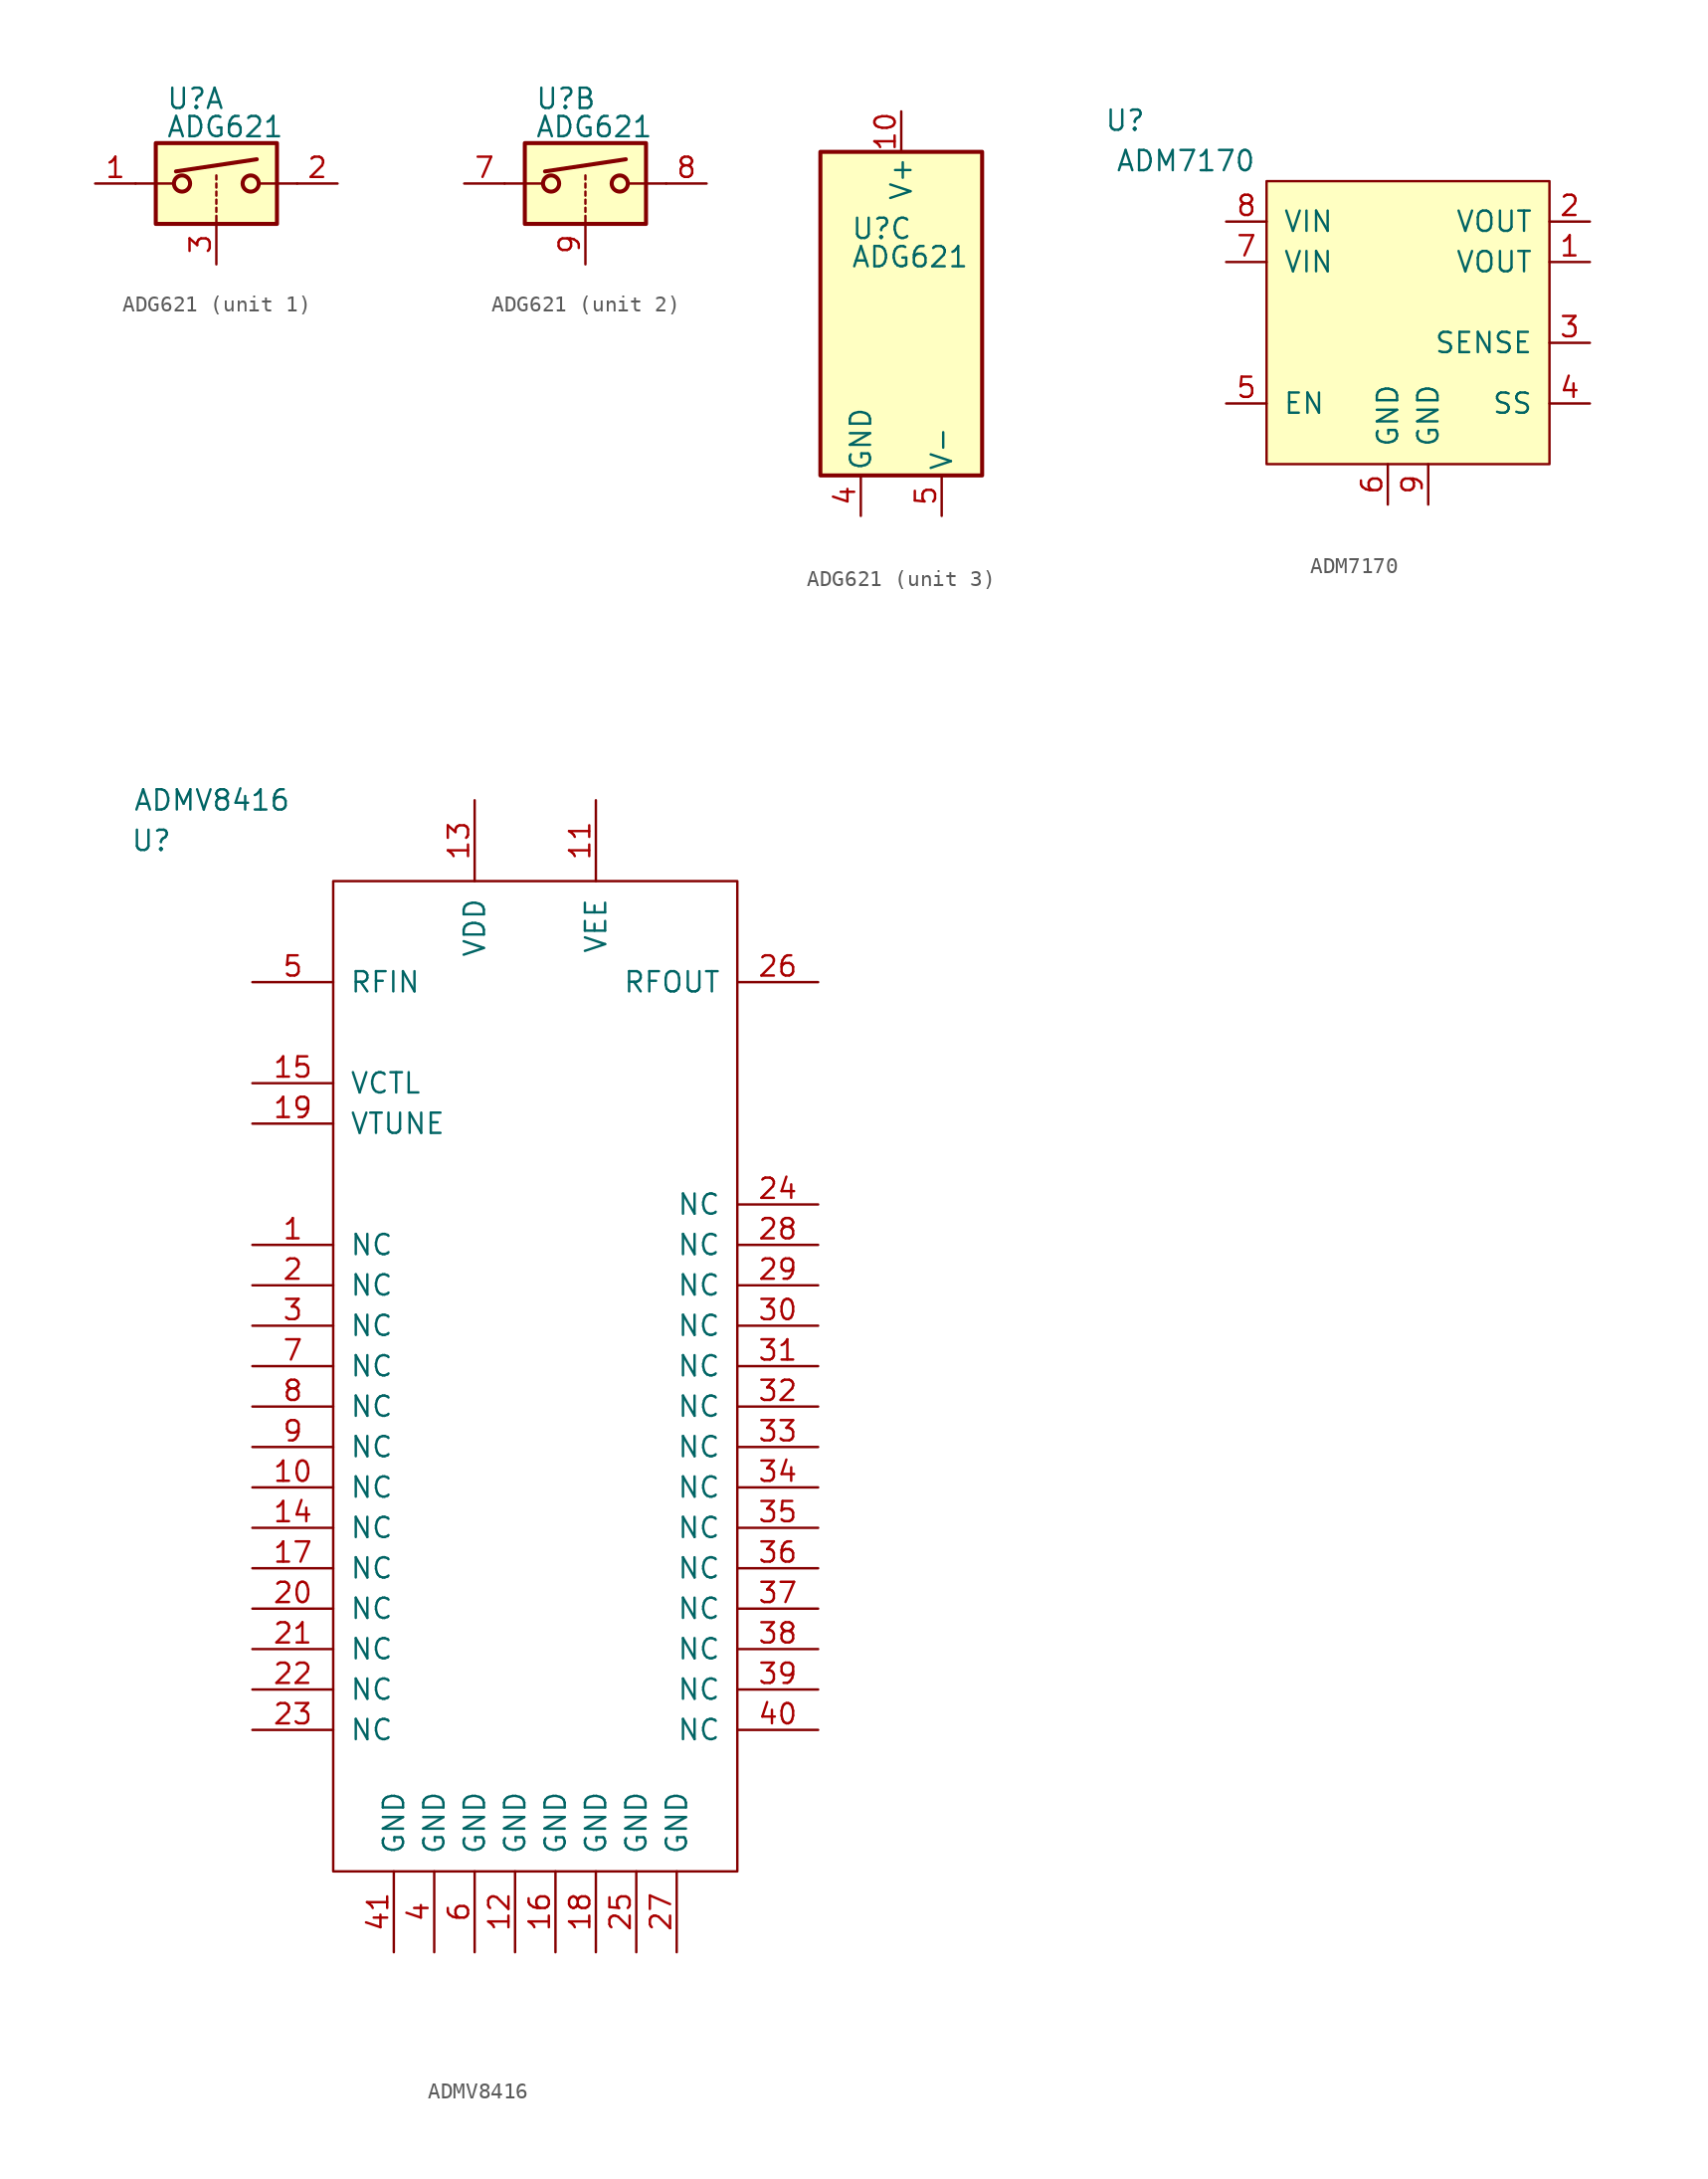
<source format=kicad_sym>
(kicad_symbol_lib
  (version 20201005)
  (generator kicad_symbol_editor)
  (symbol "vna_mm:ADG621"
    (pin_names
      (offset 0.254))
    (property "Reference" "U"
      (at -3.175 5.334 0)
      (effects (font (size 1.27 1.27)) (justify left)))
    (property "Value" "ADG621"
      (at -3.175 3.556 0)
      (effects (font (size 1.27 1.27)) (justify left)))
    (symbol "ADG621_1_1"
      (circle (center -2.159 0) (radius 0.508) (stroke (width 0.254)) (fill (type none)))
      (circle (center 2.159 0) (radius 0.508) (stroke (width 0.254)) (fill (type none)))
      (rectangle (start -3.81 2.54) (end 3.81 -2.54) (stroke (width 0.254)) (fill (type background)))
      (polyline (pts (xy -5.08 0) (xy -2.794 0)) (stroke (width 0)) (fill (type none)))
      (polyline (pts (xy -2.54 0.762) (xy 2.54 1.524)) (stroke (width 0.254)) (fill (type none)))
      (polyline (pts (xy 0 -2.54) (xy 0 -2.032)) (stroke (width 0)) (fill (type none)))
      (polyline (pts (xy 0 -1.778) (xy 0 -1.524)) (stroke (width 0)) (fill (type none)))
      (polyline (pts (xy 0 -1.27) (xy 0 -1.016)) (stroke (width 0)) (fill (type none)))
      (polyline (pts (xy 0 -0.762) (xy 0 -0.508)) (stroke (width 0)) (fill (type none)))
      (polyline (pts (xy 0 -0.254) (xy 0 0)) (stroke (width 0)) (fill (type none)))
      (polyline (pts (xy 0 0.254) (xy 0 0.508)) (stroke (width 0)) (fill (type none)))
      (polyline (pts (xy 5.08 0) (xy 2.794 0)) (stroke (width 0)) (fill (type none)))
      (pin passive line (at -7.62 0 0) (length 2.54) (name "~" (effects (font (size 1.27 1.27)))) (number "1" (effects (font (size 1.27 1.27)))))
      (pin passive line (at 7.62 0 180) (length 2.54) (name "~" (effects (font (size 1.27 1.27)))) (number "2" (effects (font (size 1.27 1.27)))))
      (pin input line (at 0 -5.08 90) (length 2.54) (name "~" (effects (font (size 1.27 1.27)))) (number "3" (effects (font (size 1.27 1.27))))))
    (symbol "ADG621_2_1"
      (circle (center -2.159 0) (radius 0.508) (stroke (width 0.254)) (fill (type none)))
      (circle (center 2.159 0) (radius 0.508) (stroke (width 0.254)) (fill (type none)))
      (rectangle (start -3.81 2.54) (end 3.81 -2.54) (stroke (width 0.254)) (fill (type background)))
      (polyline (pts (xy -5.08 0) (xy -2.794 0)) (stroke (width 0)) (fill (type none)))
      (polyline (pts (xy -2.54 0.762) (xy 2.54 1.524)) (stroke (width 0.254)) (fill (type none)))
      (polyline (pts (xy 0 -2.54) (xy 0 -2.032)) (stroke (width 0)) (fill (type none)))
      (polyline (pts (xy 0 -1.778) (xy 0 -1.524)) (stroke (width 0)) (fill (type none)))
      (polyline (pts (xy 0 -1.27) (xy 0 -1.016)) (stroke (width 0)) (fill (type none)))
      (polyline (pts (xy 0 -0.762) (xy 0 -0.508)) (stroke (width 0)) (fill (type none)))
      (polyline (pts (xy 0 -0.254) (xy 0 0)) (stroke (width 0)) (fill (type none)))
      (polyline (pts (xy 0 0.254) (xy 0 0.508)) (stroke (width 0)) (fill (type none)))
      (polyline (pts (xy 5.08 0) (xy 2.794 0)) (stroke (width 0)) (fill (type none)))
      (pin passive line (at -7.62 0 0) (length 2.54) (name "~" (effects (font (size 1.27 1.27)))) (number "7" (effects (font (size 1.27 1.27)))))
      (pin passive line (at 7.62 0 180) (length 2.54) (name "~" (effects (font (size 1.27 1.27)))) (number "8" (effects (font (size 1.27 1.27)))))
      (pin input line (at 0 -5.08 90) (length 2.54) (name "~" (effects (font (size 1.27 1.27)))) (number "9" (effects (font (size 1.27 1.27))))))
    (symbol "ADG621_3_0"
      (pin power_in line (at 0 12.7 270) (length 2.54) (name "V+" (effects (font (size 1.27 1.27)))) (number "10" (effects (font (size 1.27 1.27)))))
      (pin power_in line (at 2.54 -12.7 90) (length 2.54) (name "V-" (effects (font (size 1.27 1.27)))) (number "5" (effects (font (size 1.27 1.27))))))
    (symbol "ADG621_3_1"
      (rectangle (start -5.08 10.16) (end 5.08 -10.16) (stroke (width 0.254)) (fill (type background)))
      (pin power_in line (at -2.54 -12.7 90) (length 2.54) (name "GND" (effects (font (size 1.27 1.27)))) (number "4" (effects (font (size 1.27 1.27)))))
      (pin unconnected line (at 3.81 -12.7 90) (length 2.54) hide (name "NIC" (effects (font (size 1.27 1.27)))) (number "6" (effects (font (size 1.27 1.27)))))))
  (symbol "vna_mm:ADM7170"
    (pin_names
      (offset 1.016))
    (property "Reference" "U"
      (at -17.78 10.16 0)
      (effects (font (size 1.27 1.27))))
    (property "Value" "ADM7170"
      (at -13.97 7.62 0)
      (effects (font (size 1.27 1.27))))
    (symbol "ADM7170_0_1"
      (rectangle (start -8.89 6.35) (end 8.89 -11.43) (stroke (width 0)) (fill (type background))))
    (symbol "ADM7170_1_1"
      (pin power_out line (at 11.43 1.27 180) (length 2.54) (name "VOUT" (effects (font (size 1.27 1.27)))) (number "1" (effects (font (size 1.27 1.27)))))
      (pin power_out line (at 11.43 3.81 180) (length 2.54) (name "VOUT" (effects (font (size 1.27 1.27)))) (number "2" (effects (font (size 1.27 1.27)))))
      (pin passive line (at 11.43 -3.81 180) (length 2.54) (name "SENSE" (effects (font (size 1.27 1.27)))) (number "3" (effects (font (size 1.27 1.27)))))
      (pin passive line (at 11.43 -7.62 180) (length 2.54) (name "SS" (effects (font (size 1.27 1.27)))) (number "4" (effects (font (size 1.27 1.27)))))
      (pin input line (at -11.43 -7.62 0) (length 2.54) (name "EN" (effects (font (size 1.27 1.27)))) (number "5" (effects (font (size 1.27 1.27)))))
      (pin power_in line (at -1.27 -13.97 90) (length 2.54) (name "GND" (effects (font (size 1.27 1.27)))) (number "6" (effects (font (size 1.27 1.27)))))
      (pin power_in line (at -11.43 1.27 0) (length 2.54) (name "VIN" (effects (font (size 1.27 1.27)))) (number "7" (effects (font (size 1.27 1.27)))))
      (pin power_in line (at -11.43 3.81 0) (length 2.54) (name "VIN" (effects (font (size 1.27 1.27)))) (number "8" (effects (font (size 1.27 1.27)))))
      (pin power_in line (at 1.27 -13.97 90) (length 2.54) (name "GND" (effects (font (size 1.27 1.27)))) (number "9" (effects (font (size 1.27 1.27)))))))
  (symbol "vna_mm:ADMV8416"
    (pin_names
      (offset 1.016))
    (property "Reference" "U"
      (at -24.13 31.75 0)
      (effects (font (size 1.27 1.27))))
    (property "Value" "ADMV8416"
      (at -20.32 34.29 0)
      (effects (font (size 1.27 1.27))))
    (symbol "ADMV8416_0_1"
      (rectangle (start -12.7 29.21) (end 12.7 -33.02) (stroke (width 0)) (fill (type none))))
    (symbol "ADMV8416_1_1"
      (pin power_in line (at -17.78 6.35 0) (length 5.08) (name "NC" (effects (font (size 1.27 1.27)))) (number "1" (effects (font (size 1.27 1.27)))))
      (pin power_in line (at -17.78 -8.89 0) (length 5.08) (name "NC" (effects (font (size 1.27 1.27)))) (number "10" (effects (font (size 1.27 1.27)))))
      (pin power_in line (at 3.81 34.29 270) (length 5.08) (name "VEE" (effects (font (size 1.27 1.27)))) (number "11" (effects (font (size 1.27 1.27)))))
      (pin power_in line (at -1.27 -38.1 90) (length 5.08) (name "GND" (effects (font (size 1.27 1.27)))) (number "12" (effects (font (size 1.27 1.27)))))
      (pin power_in line (at -3.81 34.29 270) (length 5.08) (name "VDD" (effects (font (size 1.27 1.27)))) (number "13" (effects (font (size 1.27 1.27)))))
      (pin power_in line (at -17.78 -11.43 0) (length 5.08) (name "NC" (effects (font (size 1.27 1.27)))) (number "14" (effects (font (size 1.27 1.27)))))
      (pin input line (at -17.78 16.51 0) (length 5.08) (name "VCTL" (effects (font (size 1.27 1.27)))) (number "15" (effects (font (size 1.27 1.27)))))
      (pin power_in line (at 1.27 -38.1 90) (length 5.08) (name "GND" (effects (font (size 1.27 1.27)))) (number "16" (effects (font (size 1.27 1.27)))))
      (pin power_in line (at -17.78 -13.97 0) (length 5.08) (name "NC" (effects (font (size 1.27 1.27)))) (number "17" (effects (font (size 1.27 1.27)))))
      (pin power_in line (at 3.81 -38.1 90) (length 5.08) (name "GND" (effects (font (size 1.27 1.27)))) (number "18" (effects (font (size 1.27 1.27)))))
      (pin input line (at -17.78 13.97 0) (length 5.08) (name "VTUNE" (effects (font (size 1.27 1.27)))) (number "19" (effects (font (size 1.27 1.27)))))
      (pin power_in line (at -17.78 3.81 0) (length 5.08) (name "NC" (effects (font (size 1.27 1.27)))) (number "2" (effects (font (size 1.27 1.27)))))
      (pin power_in line (at -17.78 -16.51 0) (length 5.08) (name "NC" (effects (font (size 1.27 1.27)))) (number "20" (effects (font (size 1.27 1.27)))))
      (pin power_in line (at -17.78 -19.05 0) (length 5.08) (name "NC" (effects (font (size 1.27 1.27)))) (number "21" (effects (font (size 1.27 1.27)))))
      (pin power_in line (at -17.78 -21.59 0) (length 5.08) (name "NC" (effects (font (size 1.27 1.27)))) (number "22" (effects (font (size 1.27 1.27)))))
      (pin power_in line (at -17.78 -24.13 0) (length 5.08) (name "NC" (effects (font (size 1.27 1.27)))) (number "23" (effects (font (size 1.27 1.27)))))
      (pin power_in line (at 17.78 8.89 180) (length 5.08) (name "NC" (effects (font (size 1.27 1.27)))) (number "24" (effects (font (size 1.27 1.27)))))
      (pin power_in line (at 6.35 -38.1 90) (length 5.08) (name "GND" (effects (font (size 1.27 1.27)))) (number "25" (effects (font (size 1.27 1.27)))))
      (pin output line (at 17.78 22.86 180) (length 5.08) (name "RFOUT" (effects (font (size 1.27 1.27)))) (number "26" (effects (font (size 1.27 1.27)))))
      (pin power_in line (at 8.89 -38.1 90) (length 5.08) (name "GND" (effects (font (size 1.27 1.27)))) (number "27" (effects (font (size 1.27 1.27)))))
      (pin power_in line (at 17.78 6.35 180) (length 5.08) (name "NC" (effects (font (size 1.27 1.27)))) (number "28" (effects (font (size 1.27 1.27)))))
      (pin power_in line (at 17.78 3.81 180) (length 5.08) (name "NC" (effects (font (size 1.27 1.27)))) (number "29" (effects (font (size 1.27 1.27)))))
      (pin power_in line (at -17.78 1.27 0) (length 5.08) (name "NC" (effects (font (size 1.27 1.27)))) (number "3" (effects (font (size 1.27 1.27)))))
      (pin power_in line (at 17.78 1.27 180) (length 5.08) (name "NC" (effects (font (size 1.27 1.27)))) (number "30" (effects (font (size 1.27 1.27)))))
      (pin power_in line (at 17.78 -1.27 180) (length 5.08) (name "NC" (effects (font (size 1.27 1.27)))) (number "31" (effects (font (size 1.27 1.27)))))
      (pin power_in line (at 17.78 -3.81 180) (length 5.08) (name "NC" (effects (font (size 1.27 1.27)))) (number "32" (effects (font (size 1.27 1.27)))))
      (pin power_in line (at 17.78 -6.35 180) (length 5.08) (name "NC" (effects (font (size 1.27 1.27)))) (number "33" (effects (font (size 1.27 1.27)))))
      (pin power_in line (at 17.78 -8.89 180) (length 5.08) (name "NC" (effects (font (size 1.27 1.27)))) (number "34" (effects (font (size 1.27 1.27)))))
      (pin power_in line (at 17.78 -11.43 180) (length 5.08) (name "NC" (effects (font (size 1.27 1.27)))) (number "35" (effects (font (size 1.27 1.27)))))
      (pin power_in line (at 17.78 -13.97 180) (length 5.08) (name "NC" (effects (font (size 1.27 1.27)))) (number "36" (effects (font (size 1.27 1.27)))))
      (pin power_in line (at 17.78 -16.51 180) (length 5.08) (name "NC" (effects (font (size 1.27 1.27)))) (number "37" (effects (font (size 1.27 1.27)))))
      (pin power_in line (at 17.78 -19.05 180) (length 5.08) (name "NC" (effects (font (size 1.27 1.27)))) (number "38" (effects (font (size 1.27 1.27)))))
      (pin power_in line (at 17.78 -21.59 180) (length 5.08) (name "NC" (effects (font (size 1.27 1.27)))) (number "39" (effects (font (size 1.27 1.27)))))
      (pin power_in line (at -6.35 -38.1 90) (length 5.08) (name "GND" (effects (font (size 1.27 1.27)))) (number "4" (effects (font (size 1.27 1.27)))))
      (pin power_in line (at 17.78 -24.13 180) (length 5.08) (name "NC" (effects (font (size 1.27 1.27)))) (number "40" (effects (font (size 1.27 1.27)))))
      (pin power_in line (at -8.89 -38.1 90) (length 5.08) (name "GND" (effects (font (size 1.27 1.27)))) (number "41" (effects (font (size 1.27 1.27)))))
      (pin input line (at -17.78 22.86 0) (length 5.08) (name "RFIN" (effects (font (size 1.27 1.27)))) (number "5" (effects (font (size 1.27 1.27)))))
      (pin power_in line (at -3.81 -38.1 90) (length 5.08) (name "GND" (effects (font (size 1.27 1.27)))) (number "6" (effects (font (size 1.27 1.27)))))
      (pin power_in line (at -17.78 -1.27 0) (length 5.08) (name "NC" (effects (font (size 1.27 1.27)))) (number "7" (effects (font (size 1.27 1.27)))))
      (pin power_in line (at -17.78 -3.81 0) (length 5.08) (name "NC" (effects (font (size 1.27 1.27)))) (number "8" (effects (font (size 1.27 1.27)))))
      (pin power_in line (at -17.78 -6.35 0) (length 5.08) (name "NC" (effects (font (size 1.27 1.27)))) (number "9" (effects (font (size 1.27 1.27))))))))
</source>
